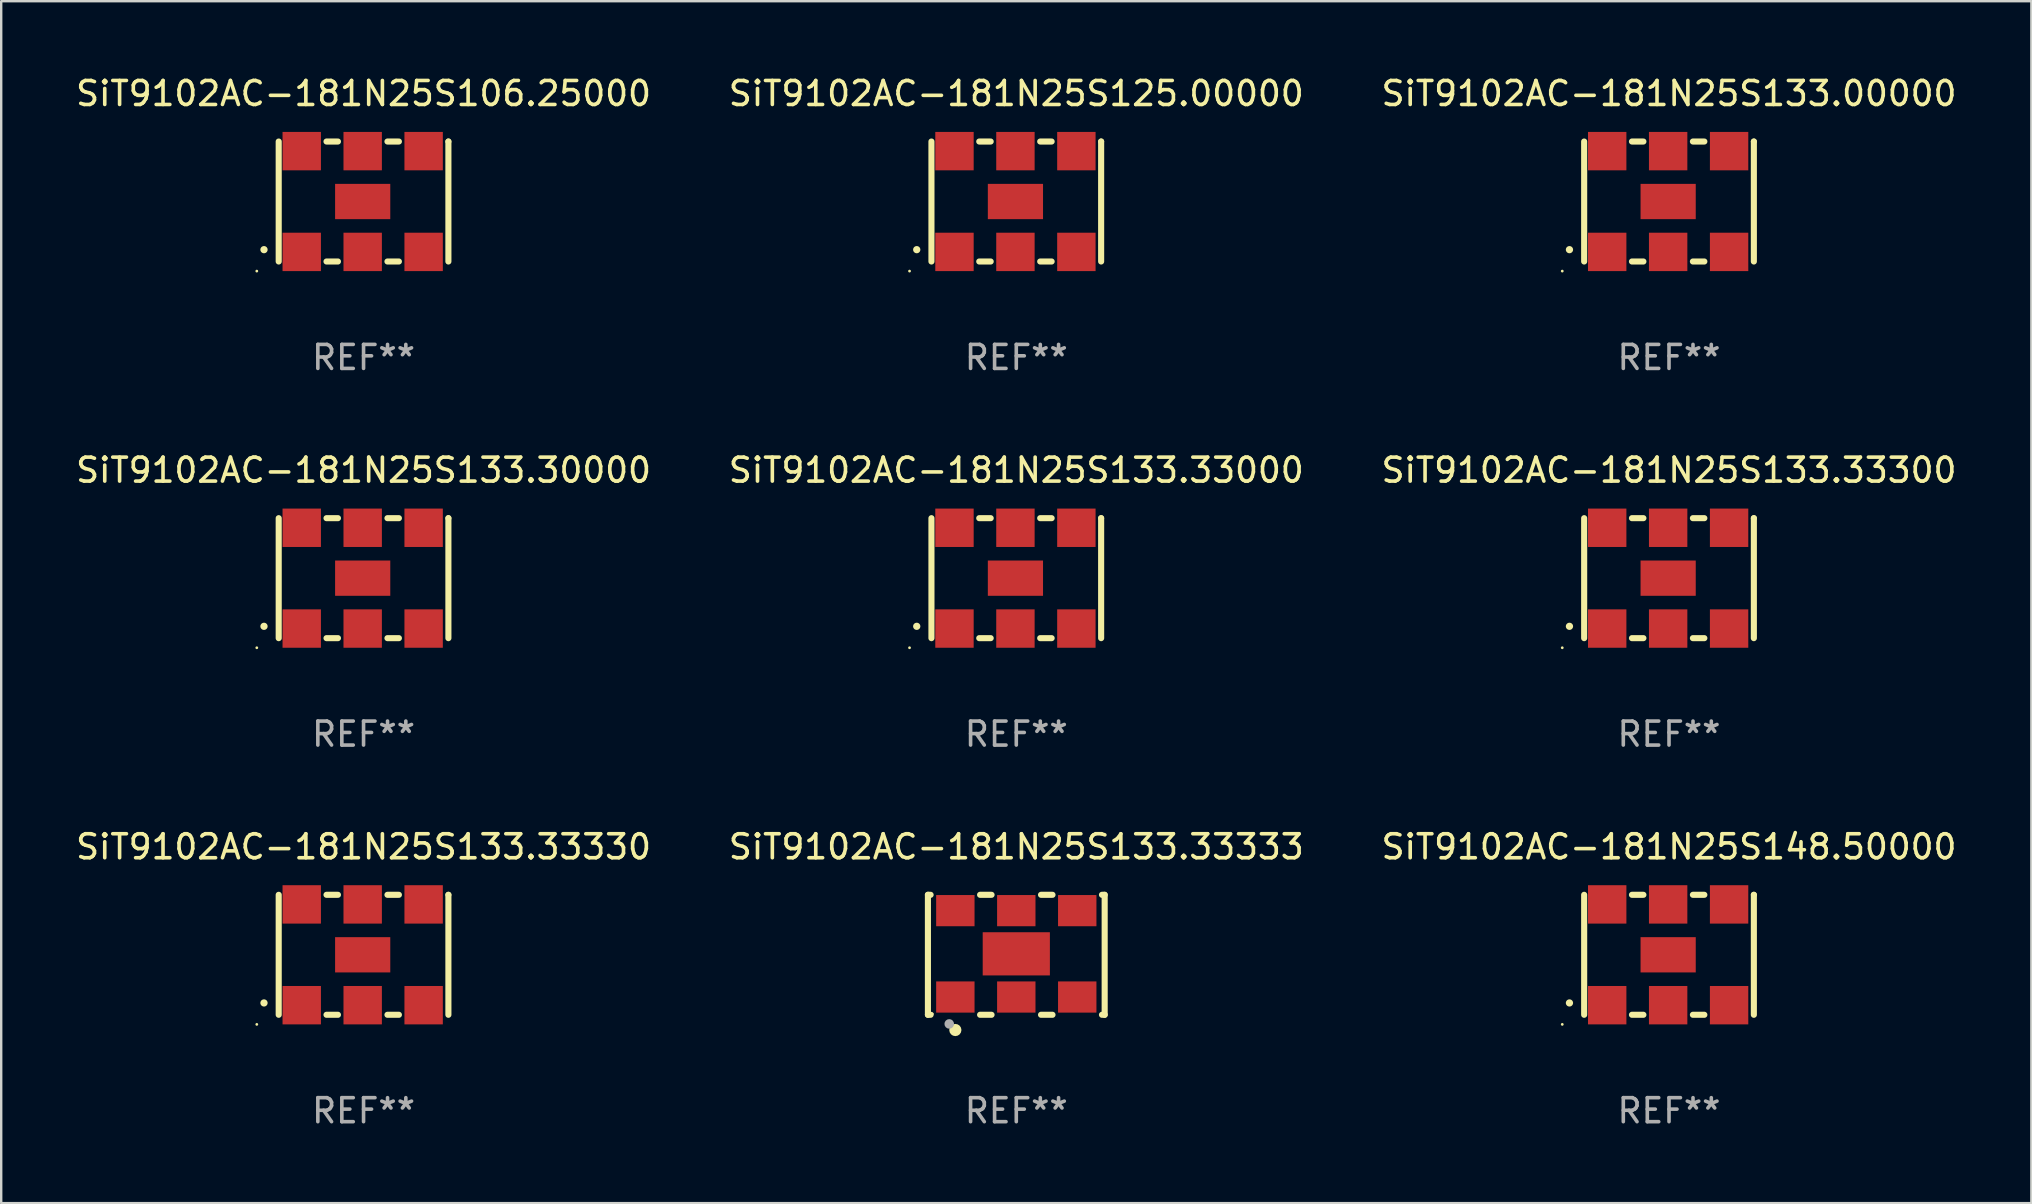
<source format=kicad_pcb>
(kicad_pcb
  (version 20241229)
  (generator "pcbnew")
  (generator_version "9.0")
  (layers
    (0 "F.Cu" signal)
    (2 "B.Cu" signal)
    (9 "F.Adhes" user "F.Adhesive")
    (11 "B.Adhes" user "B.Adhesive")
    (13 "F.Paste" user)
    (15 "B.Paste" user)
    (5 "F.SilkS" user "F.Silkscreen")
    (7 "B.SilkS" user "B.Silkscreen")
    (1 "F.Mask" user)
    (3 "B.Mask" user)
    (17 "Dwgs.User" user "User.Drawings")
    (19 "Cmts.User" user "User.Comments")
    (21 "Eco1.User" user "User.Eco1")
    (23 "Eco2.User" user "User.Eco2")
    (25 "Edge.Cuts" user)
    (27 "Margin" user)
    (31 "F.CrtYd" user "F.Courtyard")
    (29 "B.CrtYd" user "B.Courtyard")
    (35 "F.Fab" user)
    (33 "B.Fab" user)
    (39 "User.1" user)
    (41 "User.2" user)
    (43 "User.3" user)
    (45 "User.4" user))
  (footprint "SiT9102AC-181N25S133.33000"
    (layer "F.Cu")
    (at 39.304 21.045)
    (property "Reference" "SiT9102AC-181N25S133.33000" (at 0 -4.5 0) (layer "F.SilkS") (effects (font (size 1 1) (thickness 0.15))))
    (attr through_hole)
    (fp_line (start -3.536 -2.5) (end -3.536 2.5) (stroke (width 0.254) (type solid)) (layer "F.SilkS"))
    (fp_line (start -1.544 2.5) (end -1.067 2.5) (stroke (width 0.254) (type solid)) (layer "F.SilkS"))
    (fp_line (start -1.067 -2.5) (end -1.544 -2.5) (stroke (width 0.254) (type solid)) (layer "F.SilkS"))
    (fp_line (start 0.996 2.5) (end 1.473 2.5) (stroke (width 0.254) (type solid)) (layer "F.SilkS"))
    (fp_line (start 1.473 -2.5) (end 0.996 -2.5) (stroke (width 0.254) (type solid)) (layer "F.SilkS"))
    (fp_line (start 3.536 -2.5) (end 3.536 -2.5) (stroke (width 0.254) (type solid)) (layer "F.SilkS"))
    (fp_line (start 3.536 2.5) (end 3.536 -2.5) (stroke (width 0.254) (type solid)) (layer "F.SilkS"))
    (fp_arc (start -4.150432 2.006604) (mid -4.149162 2.006599) (end -4.147892 2.006604) (stroke (width 0.3) (type solid)) (layer "F.SilkS"))
    (fp_circle (center -4.449 2.9) (end -4.419 2.9) (stroke (width 0.06) (type solid)) (fill no) (layer "F.SilkS"))
    (fp_text user "REF**" (at 0 6.5 0) (layer "F.Fab") (effects (font (size 1 1) (thickness 0.15))))
    (pad "1" smd rect (at -2.576 2.1) (size 1.6 1.6) (layers "F.Cu" "F.Mask" "F.Paste"))
    (pad "2" smd rect (at -0.036 2.1) (size 1.6 1.6) (layers "F.Cu" "F.Mask" "F.Paste"))
    (pad "3" smd rect (at 2.504 2.1) (size 1.6 1.6) (layers "F.Cu" "F.Mask" "F.Paste"))
    (pad "4" smd rect (at 2.504 -2.1) (size 1.6 1.6) (layers "F.Cu" "F.Mask" "F.Paste"))
    (pad "5" smd rect (at -0.036 -2.1) (size 1.6 1.6) (layers "F.Cu" "F.Mask" "F.Paste"))
    (pad "6" smd rect (at -2.576 -2.1) (size 1.6 1.6) (layers "F.Cu" "F.Mask" "F.Paste"))
    (pad "7" smd rect (at -0.036 0) (size 2.3 1.47) (layers "F.Cu" "F.Mask" "F.Paste")))
  (footprint "SiT9102AC-181N25S125.00000"
    (layer "F.Cu")
    (at 39.304 5.348)
    (property "Reference" "SiT9102AC-181N25S125.00000" (at 0 -4.5 0) (layer "F.SilkS") (effects (font (size 1 1) (thickness 0.15))))
    (attr through_hole)
    (fp_line (start -3.536 -2.5) (end -3.536 2.5) (stroke (width 0.254) (type solid)) (layer "F.SilkS"))
    (fp_line (start -1.544 2.5) (end -1.067 2.5) (stroke (width 0.254) (type solid)) (layer "F.SilkS"))
    (fp_line (start -1.067 -2.5) (end -1.544 -2.5) (stroke (width 0.254) (type solid)) (layer "F.SilkS"))
    (fp_line (start 0.996 2.5) (end 1.473 2.5) (stroke (width 0.254) (type solid)) (layer "F.SilkS"))
    (fp_line (start 1.473 -2.5) (end 0.996 -2.5) (stroke (width 0.254) (type solid)) (layer "F.SilkS"))
    (fp_line (start 3.536 -2.5) (end 3.536 -2.5) (stroke (width 0.254) (type solid)) (layer "F.SilkS"))
    (fp_line (start 3.536 2.5) (end 3.536 -2.5) (stroke (width 0.254) (type solid)) (layer "F.SilkS"))
    (fp_arc (start -4.150432 2.006604) (mid -4.149162 2.006599) (end -4.147892 2.006604) (stroke (width 0.3) (type solid)) (layer "F.SilkS"))
    (fp_circle (center -4.449 2.9) (end -4.419 2.9) (stroke (width 0.06) (type solid)) (fill no) (layer "F.SilkS"))
    (fp_text user "REF**" (at 0 6.5 0) (layer "F.Fab") (effects (font (size 1 1) (thickness 0.15))))
    (pad "1" smd rect (at -2.576 2.1) (size 1.6 1.6) (layers "F.Cu" "F.Mask" "F.Paste"))
    (pad "2" smd rect (at -0.036 2.1) (size 1.6 1.6) (layers "F.Cu" "F.Mask" "F.Paste"))
    (pad "3" smd rect (at 2.504 2.1) (size 1.6 1.6) (layers "F.Cu" "F.Mask" "F.Paste"))
    (pad "4" smd rect (at 2.504 -2.1) (size 1.6 1.6) (layers "F.Cu" "F.Mask" "F.Paste"))
    (pad "5" smd rect (at -0.036 -2.1) (size 1.6 1.6) (layers "F.Cu" "F.Mask" "F.Paste"))
    (pad "6" smd rect (at -2.576 -2.1) (size 1.6 1.6) (layers "F.Cu" "F.Mask" "F.Paste"))
    (pad "7" smd rect (at -0.036 0) (size 2.3 1.47) (layers "F.Cu" "F.Mask" "F.Paste")))
  (footprint "SiT9102AC-181N25S133.30000"
    (layer "F.Cu")
    (at 12.101 21.045)
    (property "Reference" "SiT9102AC-181N25S133.30000" (at 0 -4.5 0) (layer "F.SilkS") (effects (font (size 1 1) (thickness 0.15))))
    (attr through_hole)
    (fp_line (start -3.536 -2.5) (end -3.536 2.5) (stroke (width 0.254) (type solid)) (layer "F.SilkS"))
    (fp_line (start -1.544 2.5) (end -1.067 2.5) (stroke (width 0.254) (type solid)) (layer "F.SilkS"))
    (fp_line (start -1.067 -2.5) (end -1.544 -2.5) (stroke (width 0.254) (type solid)) (layer "F.SilkS"))
    (fp_line (start 0.996 2.5) (end 1.473 2.5) (stroke (width 0.254) (type solid)) (layer "F.SilkS"))
    (fp_line (start 1.473 -2.5) (end 0.996 -2.5) (stroke (width 0.254) (type solid)) (layer "F.SilkS"))
    (fp_line (start 3.536 -2.5) (end 3.536 -2.5) (stroke (width 0.254) (type solid)) (layer "F.SilkS"))
    (fp_line (start 3.536 2.5) (end 3.536 -2.5) (stroke (width 0.254) (type solid)) (layer "F.SilkS"))
    (fp_arc (start -4.150432 2.006604) (mid -4.149162 2.006599) (end -4.147892 2.006604) (stroke (width 0.3) (type solid)) (layer "F.SilkS"))
    (fp_circle (center -4.449 2.9) (end -4.419 2.9) (stroke (width 0.06) (type solid)) (fill no) (layer "F.SilkS"))
    (fp_text user "REF**" (at 0 6.5 0) (layer "F.Fab") (effects (font (size 1 1) (thickness 0.15))))
    (pad "1" smd rect (at -2.576 2.1) (size 1.6 1.6) (layers "F.Cu" "F.Mask" "F.Paste"))
    (pad "2" smd rect (at -0.036 2.1) (size 1.6 1.6) (layers "F.Cu" "F.Mask" "F.Paste"))
    (pad "3" smd rect (at 2.504 2.1) (size 1.6 1.6) (layers "F.Cu" "F.Mask" "F.Paste"))
    (pad "4" smd rect (at 2.504 -2.1) (size 1.6 1.6) (layers "F.Cu" "F.Mask" "F.Paste"))
    (pad "5" smd rect (at -0.036 -2.1) (size 1.6 1.6) (layers "F.Cu" "F.Mask" "F.Paste"))
    (pad "6" smd rect (at -2.576 -2.1) (size 1.6 1.6) (layers "F.Cu" "F.Mask" "F.Paste"))
    (pad "7" smd rect (at -0.036 0) (size 2.3 1.47) (layers "F.Cu" "F.Mask" "F.Paste")))
  (footprint "SiT9102AC-181N25S106.25000"
    (layer "F.Cu")
    (at 12.101 5.348)
    (property "Reference" "SiT9102AC-181N25S106.25000" (at 0 -4.5 0) (layer "F.SilkS") (effects (font (size 1 1) (thickness 0.15))))
    (attr through_hole)
    (fp_line (start -3.536 -2.5) (end -3.536 2.5) (stroke (width 0.254) (type solid)) (layer "F.SilkS"))
    (fp_line (start -1.544 2.5) (end -1.067 2.5) (stroke (width 0.254) (type solid)) (layer "F.SilkS"))
    (fp_line (start -1.067 -2.5) (end -1.544 -2.5) (stroke (width 0.254) (type solid)) (layer "F.SilkS"))
    (fp_line (start 0.996 2.5) (end 1.473 2.5) (stroke (width 0.254) (type solid)) (layer "F.SilkS"))
    (fp_line (start 1.473 -2.5) (end 0.996 -2.5) (stroke (width 0.254) (type solid)) (layer "F.SilkS"))
    (fp_line (start 3.536 -2.5) (end 3.536 -2.5) (stroke (width 0.254) (type solid)) (layer "F.SilkS"))
    (fp_line (start 3.536 2.5) (end 3.536 -2.5) (stroke (width 0.254) (type solid)) (layer "F.SilkS"))
    (fp_arc (start -4.150432 2.006604) (mid -4.149162 2.006599) (end -4.147892 2.006604) (stroke (width 0.3) (type solid)) (layer "F.SilkS"))
    (fp_circle (center -4.449 2.9) (end -4.419 2.9) (stroke (width 0.06) (type solid)) (fill no) (layer "F.SilkS"))
    (fp_text user "REF**" (at 0 6.5 0) (layer "F.Fab") (effects (font (size 1 1) (thickness 0.15))))
    (pad "1" smd rect (at -2.576 2.1) (size 1.6 1.6) (layers "F.Cu" "F.Mask" "F.Paste"))
    (pad "2" smd rect (at -0.036 2.1) (size 1.6 1.6) (layers "F.Cu" "F.Mask" "F.Paste"))
    (pad "3" smd rect (at 2.504 2.1) (size 1.6 1.6) (layers "F.Cu" "F.Mask" "F.Paste"))
    (pad "4" smd rect (at 2.504 -2.1) (size 1.6 1.6) (layers "F.Cu" "F.Mask" "F.Paste"))
    (pad "5" smd rect (at -0.036 -2.1) (size 1.6 1.6) (layers "F.Cu" "F.Mask" "F.Paste"))
    (pad "6" smd rect (at -2.576 -2.1) (size 1.6 1.6) (layers "F.Cu" "F.Mask" "F.Paste"))
    (pad "7" smd rect (at -0.036 0) (size 2.3 1.47) (layers "F.Cu" "F.Mask" "F.Paste")))
  (footprint "SiT9102AC-181N25S133.00000"
    (layer "F.Cu")
    (at 66.506 5.348)
    (property "Reference" "SiT9102AC-181N25S133.00000" (at 0 -4.5 0) (layer "F.SilkS") (effects (font (size 1 1) (thickness 0.15))))
    (attr through_hole)
    (fp_line (start -3.536 -2.5) (end -3.536 2.5) (stroke (width 0.254) (type solid)) (layer "F.SilkS"))
    (fp_line (start -1.544 2.5) (end -1.067 2.5) (stroke (width 0.254) (type solid)) (layer "F.SilkS"))
    (fp_line (start -1.067 -2.5) (end -1.544 -2.5) (stroke (width 0.254) (type solid)) (layer "F.SilkS"))
    (fp_line (start 0.996 2.5) (end 1.473 2.5) (stroke (width 0.254) (type solid)) (layer "F.SilkS"))
    (fp_line (start 1.473 -2.5) (end 0.996 -2.5) (stroke (width 0.254) (type solid)) (layer "F.SilkS"))
    (fp_line (start 3.536 -2.5) (end 3.536 -2.5) (stroke (width 0.254) (type solid)) (layer "F.SilkS"))
    (fp_line (start 3.536 2.5) (end 3.536 -2.5) (stroke (width 0.254) (type solid)) (layer "F.SilkS"))
    (fp_arc (start -4.150432 2.006604) (mid -4.149162 2.006599) (end -4.147892 2.006604) (stroke (width 0.3) (type solid)) (layer "F.SilkS"))
    (fp_circle (center -4.449 2.9) (end -4.419 2.9) (stroke (width 0.06) (type solid)) (fill no) (layer "F.SilkS"))
    (fp_text user "REF**" (at 0 6.5 0) (layer "F.Fab") (effects (font (size 1 1) (thickness 0.15))))
    (pad "1" smd rect (at -2.576 2.1) (size 1.6 1.6) (layers "F.Cu" "F.Mask" "F.Paste"))
    (pad "2" smd rect (at -0.036 2.1) (size 1.6 1.6) (layers "F.Cu" "F.Mask" "F.Paste"))
    (pad "3" smd rect (at 2.504 2.1) (size 1.6 1.6) (layers "F.Cu" "F.Mask" "F.Paste"))
    (pad "4" smd rect (at 2.504 -2.1) (size 1.6 1.6) (layers "F.Cu" "F.Mask" "F.Paste"))
    (pad "5" smd rect (at -0.036 -2.1) (size 1.6 1.6) (layers "F.Cu" "F.Mask" "F.Paste"))
    (pad "6" smd rect (at -2.576 -2.1) (size 1.6 1.6) (layers "F.Cu" "F.Mask" "F.Paste"))
    (pad "7" smd rect (at -0.036 0) (size 2.3 1.47) (layers "F.Cu" "F.Mask" "F.Paste")))
  (footprint "SiT9102AC-181N25S148.50000"
    (layer "F.Cu")
    (at 66.506 36.741)
    (property "Reference" "SiT9102AC-181N25S148.50000" (at 0 -4.5 0) (layer "F.SilkS") (effects (font (size 1 1) (thickness 0.15))))
    (attr through_hole)
    (fp_line (start -3.536 -2.5) (end -3.536 2.5) (stroke (width 0.254) (type solid)) (layer "F.SilkS"))
    (fp_line (start -1.544 2.5) (end -1.067 2.5) (stroke (width 0.254) (type solid)) (layer "F.SilkS"))
    (fp_line (start -1.067 -2.5) (end -1.544 -2.5) (stroke (width 0.254) (type solid)) (layer "F.SilkS"))
    (fp_line (start 0.996 2.5) (end 1.473 2.5) (stroke (width 0.254) (type solid)) (layer "F.SilkS"))
    (fp_line (start 1.473 -2.5) (end 0.996 -2.5) (stroke (width 0.254) (type solid)) (layer "F.SilkS"))
    (fp_line (start 3.536 -2.5) (end 3.536 -2.5) (stroke (width 0.254) (type solid)) (layer "F.SilkS"))
    (fp_line (start 3.536 2.5) (end 3.536 -2.5) (stroke (width 0.254) (type solid)) (layer "F.SilkS"))
    (fp_arc (start -4.150432 2.006604) (mid -4.149162 2.006599) (end -4.147892 2.006604) (stroke (width 0.3) (type solid)) (layer "F.SilkS"))
    (fp_circle (center -4.449 2.9) (end -4.419 2.9) (stroke (width 0.06) (type solid)) (fill no) (layer "F.SilkS"))
    (fp_text user "REF**" (at 0 6.5 0) (layer "F.Fab") (effects (font (size 1 1) (thickness 0.15))))
    (pad "1" smd rect (at -2.576 2.1) (size 1.6 1.6) (layers "F.Cu" "F.Mask" "F.Paste"))
    (pad "2" smd rect (at -0.036 2.1) (size 1.6 1.6) (layers "F.Cu" "F.Mask" "F.Paste"))
    (pad "3" smd rect (at 2.504 2.1) (size 1.6 1.6) (layers "F.Cu" "F.Mask" "F.Paste"))
    (pad "4" smd rect (at 2.504 -2.1) (size 1.6 1.6) (layers "F.Cu" "F.Mask" "F.Paste"))
    (pad "5" smd rect (at -0.036 -2.1) (size 1.6 1.6) (layers "F.Cu" "F.Mask" "F.Paste"))
    (pad "6" smd rect (at -2.576 -2.1) (size 1.6 1.6) (layers "F.Cu" "F.Mask" "F.Paste"))
    (pad "7" smd rect (at -0.036 0) (size 2.3 1.47) (layers "F.Cu" "F.Mask" "F.Paste")))
  (footprint "SiT9102AC-181N25S133.33300"
    (layer "F.Cu")
    (at 66.506 21.045)
    (property "Reference" "SiT9102AC-181N25S133.33300" (at 0 -4.5 0) (layer "F.SilkS") (effects (font (size 1 1) (thickness 0.15))))
    (attr through_hole)
    (fp_line (start -3.536 -2.5) (end -3.536 2.5) (stroke (width 0.254) (type solid)) (layer "F.SilkS"))
    (fp_line (start -1.544 2.5) (end -1.067 2.5) (stroke (width 0.254) (type solid)) (layer "F.SilkS"))
    (fp_line (start -1.067 -2.5) (end -1.544 -2.5) (stroke (width 0.254) (type solid)) (layer "F.SilkS"))
    (fp_line (start 0.996 2.5) (end 1.473 2.5) (stroke (width 0.254) (type solid)) (layer "F.SilkS"))
    (fp_line (start 1.473 -2.5) (end 0.996 -2.5) (stroke (width 0.254) (type solid)) (layer "F.SilkS"))
    (fp_line (start 3.536 -2.5) (end 3.536 -2.5) (stroke (width 0.254) (type solid)) (layer "F.SilkS"))
    (fp_line (start 3.536 2.5) (end 3.536 -2.5) (stroke (width 0.254) (type solid)) (layer "F.SilkS"))
    (fp_arc (start -4.150432 2.006604) (mid -4.149162 2.006599) (end -4.147892 2.006604) (stroke (width 0.3) (type solid)) (layer "F.SilkS"))
    (fp_circle (center -4.449 2.9) (end -4.419 2.9) (stroke (width 0.06) (type solid)) (fill no) (layer "F.SilkS"))
    (fp_text user "REF**" (at 0 6.5 0) (layer "F.Fab") (effects (font (size 1 1) (thickness 0.15))))
    (pad "1" smd rect (at -2.576 2.1) (size 1.6 1.6) (layers "F.Cu" "F.Mask" "F.Paste"))
    (pad "2" smd rect (at -0.036 2.1) (size 1.6 1.6) (layers "F.Cu" "F.Mask" "F.Paste"))
    (pad "3" smd rect (at 2.504 2.1) (size 1.6 1.6) (layers "F.Cu" "F.Mask" "F.Paste"))
    (pad "4" smd rect (at 2.504 -2.1) (size 1.6 1.6) (layers "F.Cu" "F.Mask" "F.Paste"))
    (pad "5" smd rect (at -0.036 -2.1) (size 1.6 1.6) (layers "F.Cu" "F.Mask" "F.Paste"))
    (pad "6" smd rect (at -2.576 -2.1) (size 1.6 1.6) (layers "F.Cu" "F.Mask" "F.Paste"))
    (pad "7" smd rect (at -0.036 0) (size 2.3 1.47) (layers "F.Cu" "F.Mask" "F.Paste")))
  (footprint "SiT9102AC-181N25S133.33330"
    (layer "F.Cu")
    (at 12.101 36.741)
    (property "Reference" "SiT9102AC-181N25S133.33330" (at 0 -4.5 0) (layer "F.SilkS") (effects (font (size 1 1) (thickness 0.15))))
    (attr through_hole)
    (fp_line (start -3.536 -2.5) (end -3.536 2.5) (stroke (width 0.254) (type solid)) (layer "F.SilkS"))
    (fp_line (start -1.544 2.5) (end -1.067 2.5) (stroke (width 0.254) (type solid)) (layer "F.SilkS"))
    (fp_line (start -1.067 -2.5) (end -1.544 -2.5) (stroke (width 0.254) (type solid)) (layer "F.SilkS"))
    (fp_line (start 0.996 2.5) (end 1.473 2.5) (stroke (width 0.254) (type solid)) (layer "F.SilkS"))
    (fp_line (start 1.473 -2.5) (end 0.996 -2.5) (stroke (width 0.254) (type solid)) (layer "F.SilkS"))
    (fp_line (start 3.536 -2.5) (end 3.536 -2.5) (stroke (width 0.254) (type solid)) (layer "F.SilkS"))
    (fp_line (start 3.536 2.5) (end 3.536 -2.5) (stroke (width 0.254) (type solid)) (layer "F.SilkS"))
    (fp_arc (start -4.150432 2.006604) (mid -4.149162 2.006599) (end -4.147892 2.006604) (stroke (width 0.3) (type solid)) (layer "F.SilkS"))
    (fp_circle (center -4.449 2.9) (end -4.419 2.9) (stroke (width 0.06) (type solid)) (fill no) (layer "F.SilkS"))
    (fp_text user "REF**" (at 0 6.5 0) (layer "F.Fab") (effects (font (size 1 1) (thickness 0.15))))
    (pad "1" smd rect (at -2.576 2.1) (size 1.6 1.6) (layers "F.Cu" "F.Mask" "F.Paste"))
    (pad "2" smd rect (at -0.036 2.1) (size 1.6 1.6) (layers "F.Cu" "F.Mask" "F.Paste"))
    (pad "3" smd rect (at 2.504 2.1) (size 1.6 1.6) (layers "F.Cu" "F.Mask" "F.Paste"))
    (pad "4" smd rect (at 2.504 -2.1) (size 1.6 1.6) (layers "F.Cu" "F.Mask" "F.Paste"))
    (pad "5" smd rect (at -0.036 -2.1) (size 1.6 1.6) (layers "F.Cu" "F.Mask" "F.Paste"))
    (pad "6" smd rect (at -2.576 -2.1) (size 1.6 1.6) (layers "F.Cu" "F.Mask" "F.Paste"))
    (pad "7" smd rect (at -0.036 0) (size 2.3 1.47) (layers "F.Cu" "F.Mask" "F.Paste")))
  (footprint "SiT9102AC-181N25S133.33333"
    (layer "F.Cu")
    (at 39.304 36.741)
    (property "Reference" "SiT9102AC-181N25S133.33333" (at 0 -4.5 0) (layer "F.SilkS") (effects (font (size 1 1) (thickness 0.15))))
    (attr through_hole)
    (fp_line (start -3.683 -2.5) (end -3.571 -2.5) (stroke (width 0.254) (type solid)) (layer "F.SilkS"))
    (fp_line (start -3.683 2.5) (end -3.683 -2.5) (stroke (width 0.254) (type solid)) (layer "F.SilkS"))
    (fp_line (start -3.683 2.5) (end -3.571 2.5) (stroke (width 0.254) (type solid)) (layer "F.SilkS"))
    (fp_line (start -1.509 -2.5) (end -1.031 -2.5) (stroke (width 0.254) (type solid)) (layer "F.SilkS"))
    (fp_line (start -1.509 2.5) (end -1.031 2.5) (stroke (width 0.254) (type solid)) (layer "F.SilkS"))
    (fp_line (start 1.031 -2.5) (end 1.509 -2.5) (stroke (width 0.254) (type solid)) (layer "F.SilkS"))
    (fp_line (start 1.031 2.5) (end 1.509 2.5) (stroke (width 0.254) (type solid)) (layer "F.SilkS"))
    (fp_line (start 3.571 -2.5) (end 3.683 -2.5) (stroke (width 0.254) (type solid)) (layer "F.SilkS"))
    (fp_line (start 3.571 2.5) (end 3.683 2.5) (stroke (width 0.254) (type solid)) (layer "F.SilkS"))
    (fp_line (start 3.683 2.5) (end 3.683 -2.5) (stroke (width 0.254) (type solid)) (layer "F.SilkS"))
    (fp_circle (center -3.5 2.46) (end -3.47 2.46) (stroke (width 0.06) (type solid)) (fill no) (layer "F.SilkS"))
    (fp_circle (center -2.54 3.135) (end -2.413 3.135) (stroke (width 0.254) (type solid)) (fill no) (layer "F.SilkS"))
    (fp_circle (center -2.794 2.881) (end -2.694 2.881) (stroke (width 0.2) (type solid)) (fill no) (layer "F.Fab"))
    (fp_text user "REF**" (at 0 6.5 0) (layer "F.Fab") (effects (font (size 1 1) (thickness 0.15))))
    (pad "1" smd rect (at -2.54 1.76) (size 1.6 1.3) (layers "F.Cu" "F.Mask" "F.Paste"))
    (pad "2" smd rect (at 0 1.76) (size 1.6 1.3) (layers "F.Cu" "F.Mask" "F.Paste"))
    (pad "3" smd rect (at 2.54 1.76) (size 1.6 1.3) (layers "F.Cu" "F.Mask" "F.Paste"))
    (pad "4" smd rect (at 2.54 -1.84) (size 1.6 1.3) (layers "F.Cu" "F.Mask" "F.Paste"))
    (pad "5" smd rect (at 0 -1.84) (size 1.6 1.3) (layers "F.Cu" "F.Mask" "F.Paste"))
    (pad "6" smd rect (at -2.54 -1.84) (size 1.6 1.3) (layers "F.Cu" "F.Mask" "F.Paste"))
    (pad "7" smd rect (at 0 -0.04) (size 2.8 1.8) (layers "F.Cu" "F.Mask" "F.Paste")))
  (gr_rect
    (start -3 -3)
    (end 81.607 47.09)
    (stroke (width 0.1) (type default))
    (fill no)
    (layer "Edge.Cuts")))
</source>
